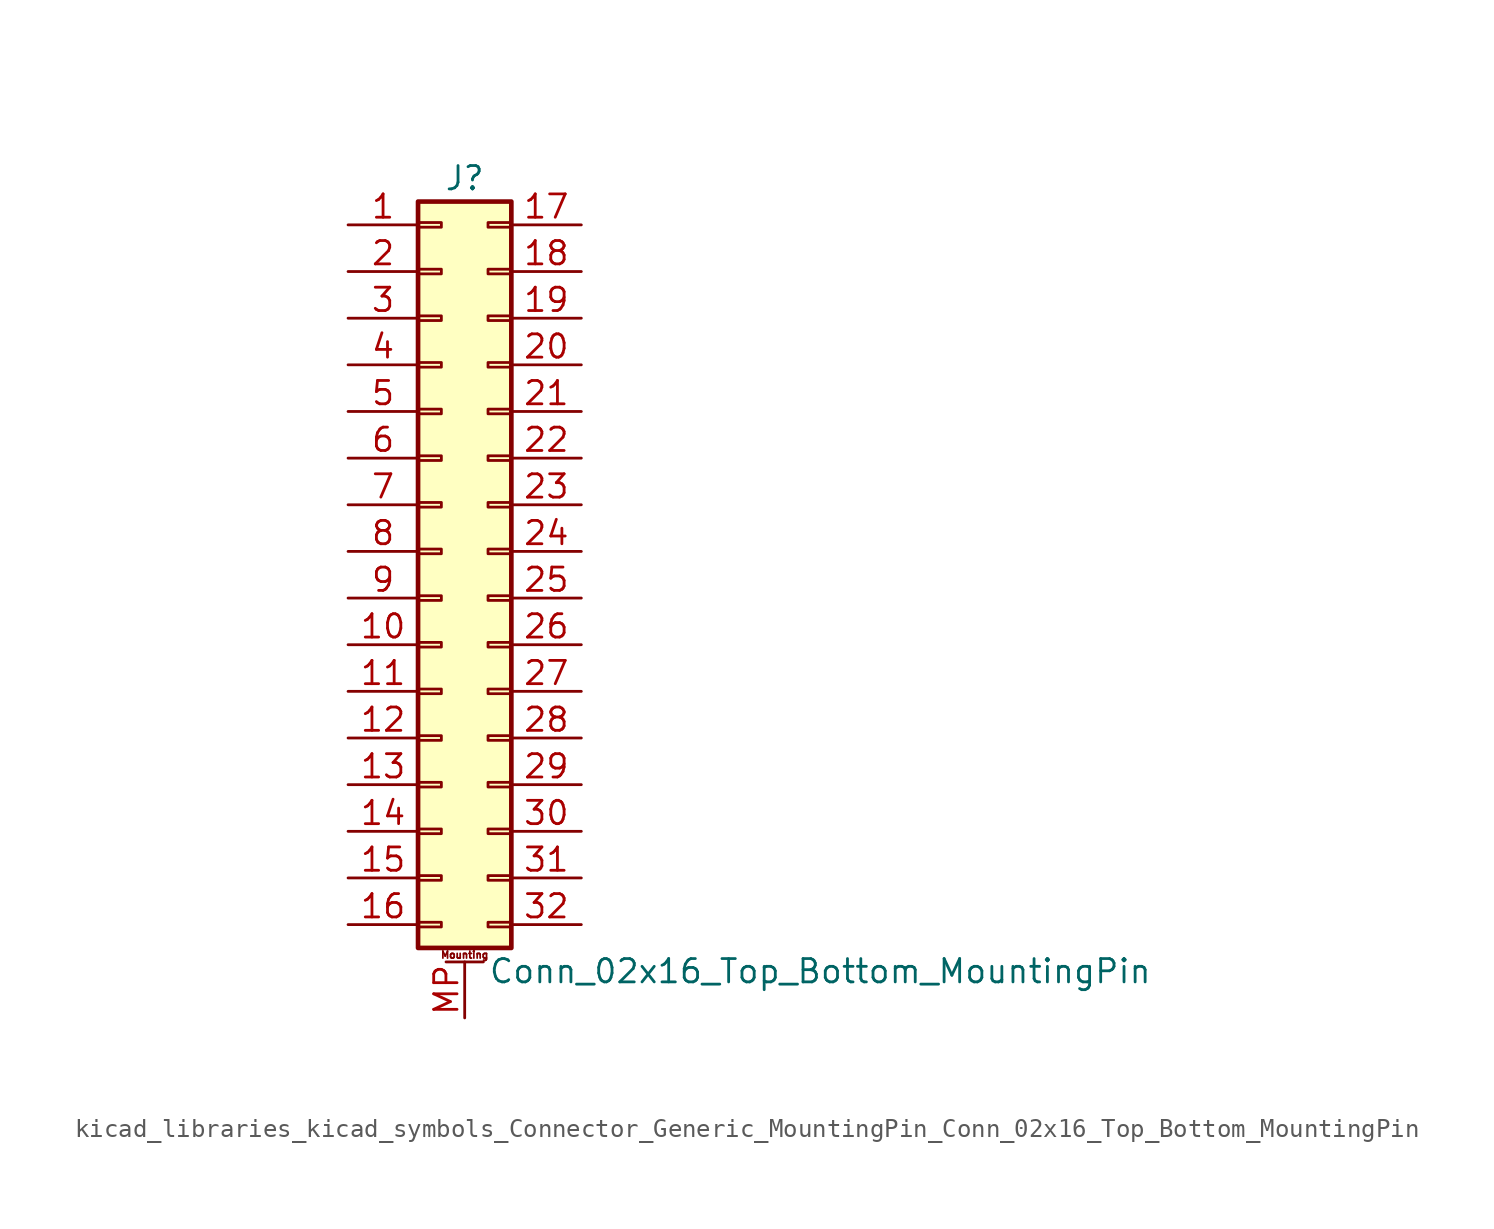
<source format=kicad_sym>
(kicad_symbol_lib
  (version 20220914)
  (generator kicad_symbol_editor)
  (symbol "kicad_libraries_kicad_symbols_Connector_Generic_MountingPin_Conn_02x16_Top_Bottom_MountingPin"
    (pin_names
      (offset 1.016) hide)
    (property "Reference" "J"
      (at 1.27 20.32 0)
      (effects (font (size 1.27 1.27))))
    (property "Value" "Conn_02x16_Top_Bottom_MountingPin"
      (at 2.54 -22.86 0)
      (effects (font (size 1.27 1.27)) (justify left)))
    (symbol "kicad_libraries_kicad_symbols_Connector_Generic_MountingPin_Conn_02x16_Top_Bottom_MountingPin_1_1"
      (rectangle (start -1.27 -20.193) (end 0 -20.447) (stroke (width 0.152) (type default)) (fill (type none)))
      (rectangle (start -1.27 -17.653) (end 0 -17.907) (stroke (width 0.152) (type default)) (fill (type none)))
      (rectangle (start -1.27 -15.113) (end 0 -15.367) (stroke (width 0.152) (type default)) (fill (type none)))
      (rectangle (start -1.27 -12.573) (end 0 -12.827) (stroke (width 0.152) (type default)) (fill (type none)))
      (rectangle (start -1.27 -10.033) (end 0 -10.287) (stroke (width 0.152) (type default)) (fill (type none)))
      (rectangle (start -1.27 -7.493) (end 0 -7.747) (stroke (width 0.152) (type default)) (fill (type none)))
      (rectangle (start -1.27 -4.953) (end 0 -5.207) (stroke (width 0.152) (type default)) (fill (type none)))
      (rectangle (start -1.27 -2.413) (end 0 -2.667) (stroke (width 0.152) (type default)) (fill (type none)))
      (rectangle (start -1.27 0.127) (end 0 -0.127) (stroke (width 0.152) (type default)) (fill (type none)))
      (rectangle (start -1.27 2.667) (end 0 2.413) (stroke (width 0.152) (type default)) (fill (type none)))
      (rectangle (start -1.27 5.207) (end 0 4.953) (stroke (width 0.152) (type default)) (fill (type none)))
      (rectangle (start -1.27 7.747) (end 0 7.493) (stroke (width 0.152) (type default)) (fill (type none)))
      (rectangle (start -1.27 10.287) (end 0 10.033) (stroke (width 0.152) (type default)) (fill (type none)))
      (rectangle (start -1.27 12.827) (end 0 12.573) (stroke (width 0.152) (type default)) (fill (type none)))
      (rectangle (start -1.27 15.367) (end 0 15.113) (stroke (width 0.152) (type default)) (fill (type none)))
      (rectangle (start -1.27 17.907) (end 0 17.653) (stroke (width 0.152) (type default)) (fill (type none)))
      (rectangle (start -1.27 19.05) (end 3.81 -21.59) (stroke (width 0.254) (type default)) (fill (type background)))
      (polyline (pts (xy 0.254 -22.352) (xy 2.286 -22.352)) (stroke (width 0.152) (type default)) (fill (type none)))
      (rectangle (start 3.81 -20.193) (end 2.54 -20.447) (stroke (width 0.152) (type default)) (fill (type none)))
      (rectangle (start 3.81 -17.653) (end 2.54 -17.907) (stroke (width 0.152) (type default)) (fill (type none)))
      (rectangle (start 3.81 -15.113) (end 2.54 -15.367) (stroke (width 0.152) (type default)) (fill (type none)))
      (rectangle (start 3.81 -12.573) (end 2.54 -12.827) (stroke (width 0.152) (type default)) (fill (type none)))
      (rectangle (start 3.81 -10.033) (end 2.54 -10.287) (stroke (width 0.152) (type default)) (fill (type none)))
      (rectangle (start 3.81 -7.493) (end 2.54 -7.747) (stroke (width 0.152) (type default)) (fill (type none)))
      (rectangle (start 3.81 -4.953) (end 2.54 -5.207) (stroke (width 0.152) (type default)) (fill (type none)))
      (rectangle (start 3.81 -2.413) (end 2.54 -2.667) (stroke (width 0.152) (type default)) (fill (type none)))
      (rectangle (start 3.81 0.127) (end 2.54 -0.127) (stroke (width 0.152) (type default)) (fill (type none)))
      (rectangle (start 3.81 2.667) (end 2.54 2.413) (stroke (width 0.152) (type default)) (fill (type none)))
      (rectangle (start 3.81 5.207) (end 2.54 4.953) (stroke (width 0.152) (type default)) (fill (type none)))
      (rectangle (start 3.81 7.747) (end 2.54 7.493) (stroke (width 0.152) (type default)) (fill (type none)))
      (rectangle (start 3.81 10.287) (end 2.54 10.033) (stroke (width 0.152) (type default)) (fill (type none)))
      (rectangle (start 3.81 12.827) (end 2.54 12.573) (stroke (width 0.152) (type default)) (fill (type none)))
      (rectangle (start 3.81 15.367) (end 2.54 15.113) (stroke (width 0.152) (type default)) (fill (type none)))
      (rectangle (start 3.81 17.907) (end 2.54 17.653) (stroke (width 0.152) (type default)) (fill (type none)))
      (text "Mounting" (at 1.27 -21.971 0) (effects (font (size 0.381 0.381))))
      (pin passive line (at -5.08 17.78 0) (length 3.81) (name "Pin_1" (effects (font (size 1.27 1.27)))) (number "1" (effects (font (size 1.27 1.27)))))
      (pin passive line (at -5.08 -5.08 0) (length 3.81) (name "Pin_10" (effects (font (size 1.27 1.27)))) (number "10" (effects (font (size 1.27 1.27)))))
      (pin passive line (at -5.08 -7.62 0) (length 3.81) (name "Pin_11" (effects (font (size 1.27 1.27)))) (number "11" (effects (font (size 1.27 1.27)))))
      (pin passive line (at -5.08 -10.16 0) (length 3.81) (name "Pin_12" (effects (font (size 1.27 1.27)))) (number "12" (effects (font (size 1.27 1.27)))))
      (pin passive line (at -5.08 -12.7 0) (length 3.81) (name "Pin_13" (effects (font (size 1.27 1.27)))) (number "13" (effects (font (size 1.27 1.27)))))
      (pin passive line (at -5.08 -15.24 0) (length 3.81) (name "Pin_14" (effects (font (size 1.27 1.27)))) (number "14" (effects (font (size 1.27 1.27)))))
      (pin passive line (at -5.08 -17.78 0) (length 3.81) (name "Pin_15" (effects (font (size 1.27 1.27)))) (number "15" (effects (font (size 1.27 1.27)))))
      (pin passive line (at -5.08 -20.32 0) (length 3.81) (name "Pin_16" (effects (font (size 1.27 1.27)))) (number "16" (effects (font (size 1.27 1.27)))))
      (pin passive line (at 7.62 17.78 180) (length 3.81) (name "Pin_17" (effects (font (size 1.27 1.27)))) (number "17" (effects (font (size 1.27 1.27)))))
      (pin passive line (at 7.62 15.24 180) (length 3.81) (name "Pin_18" (effects (font (size 1.27 1.27)))) (number "18" (effects (font (size 1.27 1.27)))))
      (pin passive line (at 7.62 12.7 180) (length 3.81) (name "Pin_19" (effects (font (size 1.27 1.27)))) (number "19" (effects (font (size 1.27 1.27)))))
      (pin passive line (at -5.08 15.24 0) (length 3.81) (name "Pin_2" (effects (font (size 1.27 1.27)))) (number "2" (effects (font (size 1.27 1.27)))))
      (pin passive line (at 7.62 10.16 180) (length 3.81) (name "Pin_20" (effects (font (size 1.27 1.27)))) (number "20" (effects (font (size 1.27 1.27)))))
      (pin passive line (at 7.62 7.62 180) (length 3.81) (name "Pin_21" (effects (font (size 1.27 1.27)))) (number "21" (effects (font (size 1.27 1.27)))))
      (pin passive line (at 7.62 5.08 180) (length 3.81) (name "Pin_22" (effects (font (size 1.27 1.27)))) (number "22" (effects (font (size 1.27 1.27)))))
      (pin passive line (at 7.62 2.54 180) (length 3.81) (name "Pin_23" (effects (font (size 1.27 1.27)))) (number "23" (effects (font (size 1.27 1.27)))))
      (pin passive line (at 7.62 0 180) (length 3.81) (name "Pin_24" (effects (font (size 1.27 1.27)))) (number "24" (effects (font (size 1.27 1.27)))))
      (pin passive line (at 7.62 -2.54 180) (length 3.81) (name "Pin_25" (effects (font (size 1.27 1.27)))) (number "25" (effects (font (size 1.27 1.27)))))
      (pin passive line (at 7.62 -5.08 180) (length 3.81) (name "Pin_26" (effects (font (size 1.27 1.27)))) (number "26" (effects (font (size 1.27 1.27)))))
      (pin passive line (at 7.62 -7.62 180) (length 3.81) (name "Pin_27" (effects (font (size 1.27 1.27)))) (number "27" (effects (font (size 1.27 1.27)))))
      (pin passive line (at 7.62 -10.16 180) (length 3.81) (name "Pin_28" (effects (font (size 1.27 1.27)))) (number "28" (effects (font (size 1.27 1.27)))))
      (pin passive line (at 7.62 -12.7 180) (length 3.81) (name "Pin_29" (effects (font (size 1.27 1.27)))) (number "29" (effects (font (size 1.27 1.27)))))
      (pin passive line (at -5.08 12.7 0) (length 3.81) (name "Pin_3" (effects (font (size 1.27 1.27)))) (number "3" (effects (font (size 1.27 1.27)))))
      (pin passive line (at 7.62 -15.24 180) (length 3.81) (name "Pin_30" (effects (font (size 1.27 1.27)))) (number "30" (effects (font (size 1.27 1.27)))))
      (pin passive line (at 7.62 -17.78 180) (length 3.81) (name "Pin_31" (effects (font (size 1.27 1.27)))) (number "31" (effects (font (size 1.27 1.27)))))
      (pin passive line (at 7.62 -20.32 180) (length 3.81) (name "Pin_32" (effects (font (size 1.27 1.27)))) (number "32" (effects (font (size 1.27 1.27)))))
      (pin passive line (at -5.08 10.16 0) (length 3.81) (name "Pin_4" (effects (font (size 1.27 1.27)))) (number "4" (effects (font (size 1.27 1.27)))))
      (pin passive line (at -5.08 7.62 0) (length 3.81) (name "Pin_5" (effects (font (size 1.27 1.27)))) (number "5" (effects (font (size 1.27 1.27)))))
      (pin passive line (at -5.08 5.08 0) (length 3.81) (name "Pin_6" (effects (font (size 1.27 1.27)))) (number "6" (effects (font (size 1.27 1.27)))))
      (pin passive line (at -5.08 2.54 0) (length 3.81) (name "Pin_7" (effects (font (size 1.27 1.27)))) (number "7" (effects (font (size 1.27 1.27)))))
      (pin passive line (at -5.08 0 0) (length 3.81) (name "Pin_8" (effects (font (size 1.27 1.27)))) (number "8" (effects (font (size 1.27 1.27)))))
      (pin passive line (at -5.08 -2.54 0) (length 3.81) (name "Pin_9" (effects (font (size 1.27 1.27)))) (number "9" (effects (font (size 1.27 1.27)))))
      (pin passive line (at 1.27 -25.4 90) (length 3.048) (name "MountPin" (effects (font (size 1.27 1.27)))) (number "MP" (effects (font (size 1.27 1.27))))))))
</source>
